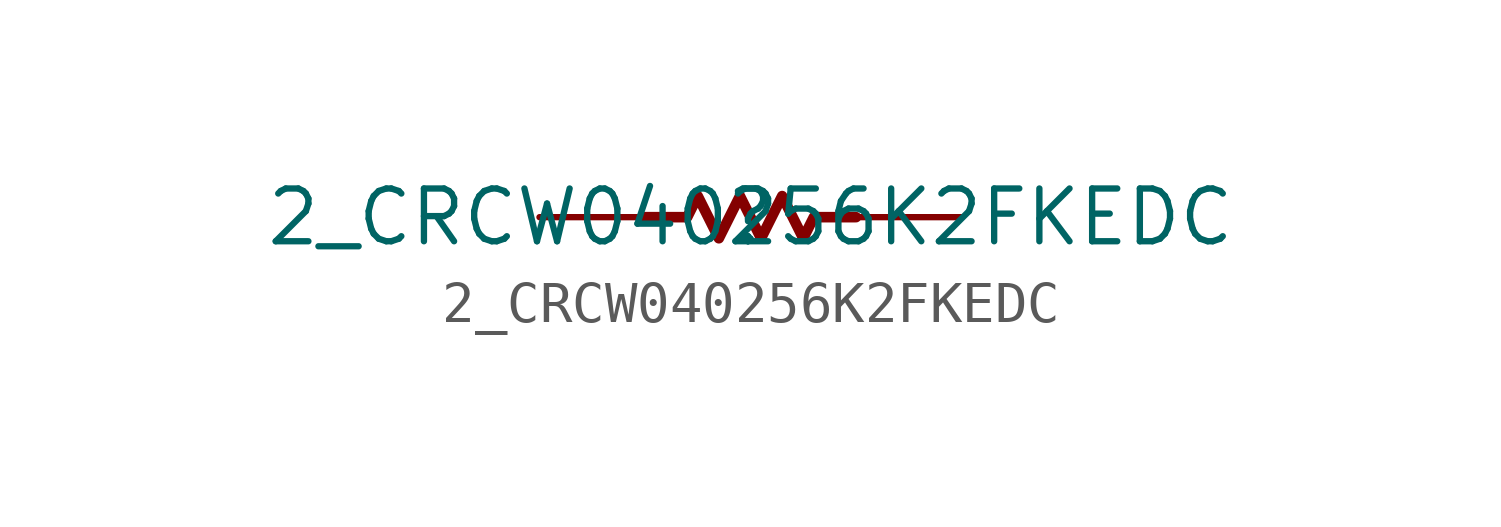
<source format=kicad_sym>
(kicad_symbol_lib
  (version 20211014)
  (generator kicad_symbol_editor)
  (symbol "2_CRCW040256K2FKEDC"
    (property "Reference" ""
      (at 0 0 0)
      (effects (font (size 1.27 1.27))))
    (property "Value" "2_CRCW040256K2FKEDC"
      (at 0 0 0)
      (effects (font (size 1.27 1.27))))
    (symbol "2_CRCW040256K2FKEDC_1_0"
      (polyline (pts (xy -2.54 0) (xy -1.524 0) (xy -1.27 0.508) (xy -0.762 -0.508) (xy -0.254 0.508) (xy 0.254 -0.508) (xy 0.762 0.508) (xy 1.27 -0.508) (xy 1.524 0) (xy 2.54 0)) (stroke (width 0.254) (type default) (color 0 0 0 0)) (fill (type none)))
      (pin passive line (at 5.08 0 180) (length 2.54) (name "1" (effects (font (size 0 0)))) (number "1" (effects (font (size 0 0)))))
      (pin passive line (at -5.08 0 0) (length 2.54) (name "2" (effects (font (size 0 0)))) (number "2" (effects (font (size 0 0))))))))
</source>
